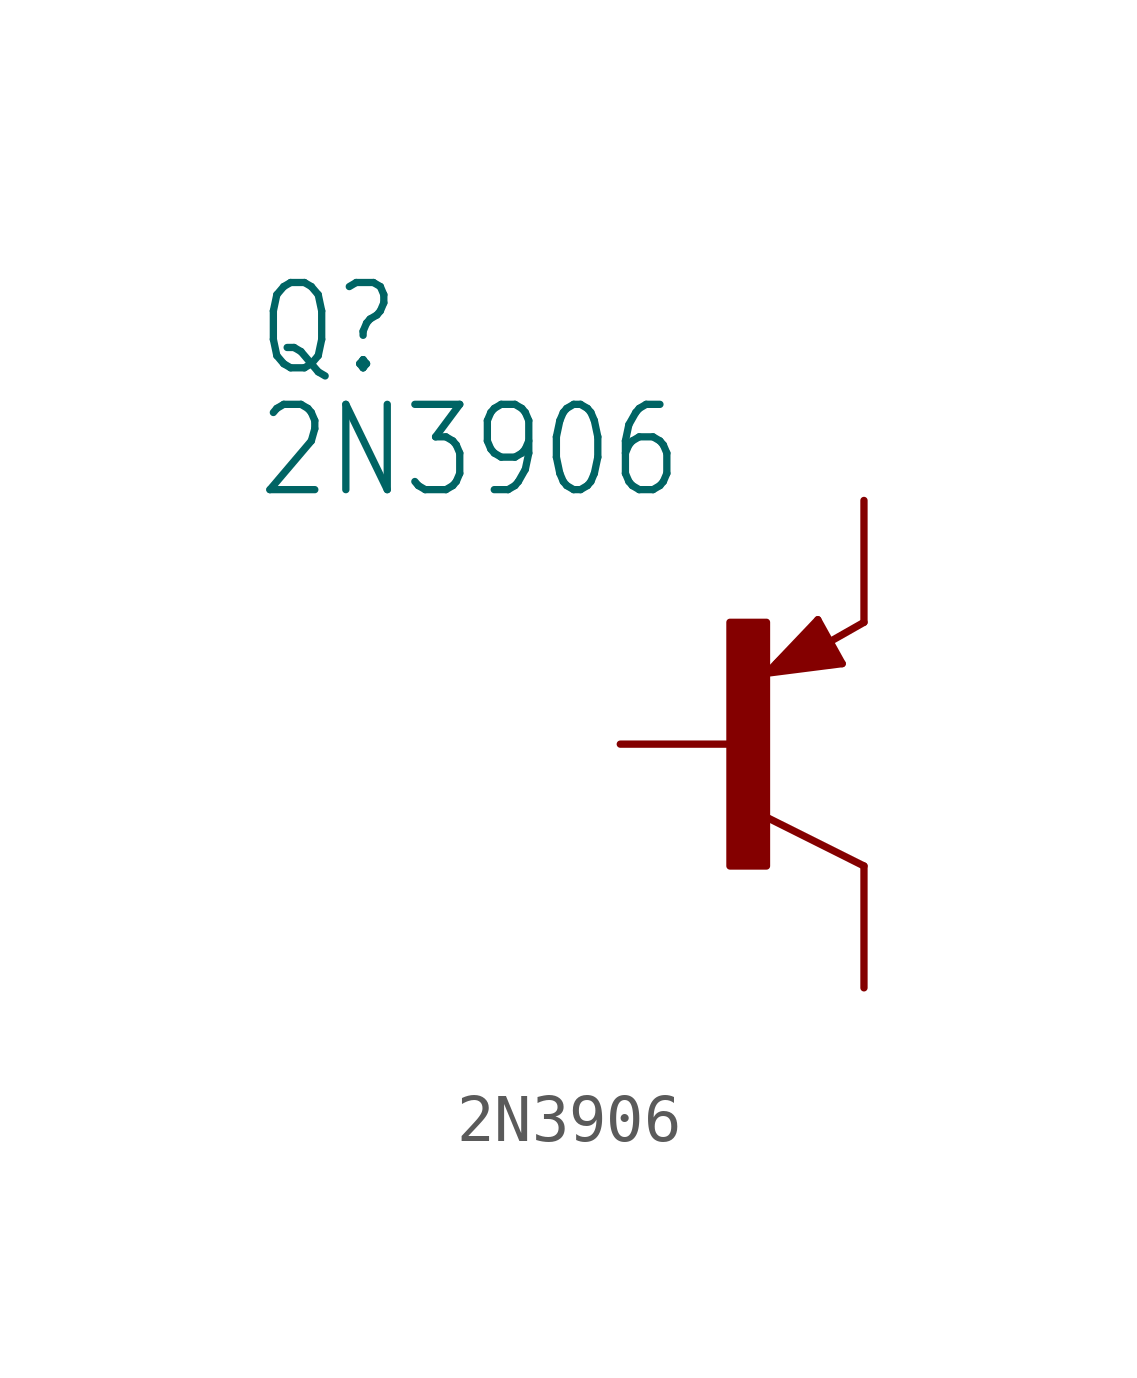
<source format=kicad_sym>
(kicad_symbol_lib
  (version 20211014)
  (generator kicad_symbol_editor)
  (symbol "2N3906"
    (property "Reference" "Q"
      (at -10.16 7.62 0)
      (effects (font (size 1.778 1.511)) (justify left bottom)))
    (property "Value" "2N3906"
      (at -10.16 5.08 0)
      (effects (font (size 1.778 1.511)) (justify left bottom)))
    (property "ki_locked" ""
      (at 0 0 0)
      (effects (font (size 1.27 1.27))))
    (symbol "2N3906_1_0"
      (rectangle (start -0.254 -2.54) (end 0.508 2.54) (stroke (width 0) (type default) (color 0 0 0 0)) (fill (type outline)))
      (polyline (pts (xy 0.516 1.478) (xy 2.086 1.678)) (stroke (width 0.152) (type default) (color 0 0 0 0)) (fill (type none)))
      (polyline (pts (xy 0.762 1.651) (xy 1.778 1.778)) (stroke (width 0.254) (type default) (color 0 0 0 0)) (fill (type none)))
      (polyline (pts (xy 1.143 1.905) (xy 1.524 1.905)) (stroke (width 0.254) (type default) (color 0 0 0 0)) (fill (type none)))
      (polyline (pts (xy 1.524 2.159) (xy 1.143 1.905)) (stroke (width 0.254) (type default) (color 0 0 0 0)) (fill (type none)))
      (polyline (pts (xy 1.524 2.413) (xy 0.762 1.651)) (stroke (width 0.254) (type default) (color 0 0 0 0)) (fill (type none)))
      (polyline (pts (xy 1.578 2.594) (xy 0.516 1.478)) (stroke (width 0.152) (type default) (color 0 0 0 0)) (fill (type none)))
      (polyline (pts (xy 1.778 1.778) (xy 1.524 2.159)) (stroke (width 0.254) (type default) (color 0 0 0 0)) (fill (type none)))
      (polyline (pts (xy 1.905 1.778) (xy 1.524 2.413)) (stroke (width 0.254) (type default) (color 0 0 0 0)) (fill (type none)))
      (polyline (pts (xy 2.086 1.678) (xy 1.578 2.594)) (stroke (width 0.152) (type default) (color 0 0 0 0)) (fill (type none)))
      (polyline (pts (xy 2.54 -2.54) (xy 0.508 -1.524)) (stroke (width 0.152) (type default) (color 0 0 0 0)) (fill (type none)))
      (polyline (pts (xy 2.54 2.54) (xy 1.808 2.124)) (stroke (width 0.152) (type default) (color 0 0 0 0)) (fill (type none)))
      (pin passive line (at 2.54 -5.08 90) (length 2.54) (name "C" (effects (font (size 0 0)))) (number "1" (effects (font (size 0 0)))))
      (pin passive line (at -2.54 0 0) (length 2.54) (name "B" (effects (font (size 0 0)))) (number "2" (effects (font (size 0 0)))))
      (pin passive line (at 2.54 5.08 270) (length 2.54) (name "E" (effects (font (size 0 0)))) (number "3" (effects (font (size 0 0))))))))
</source>
